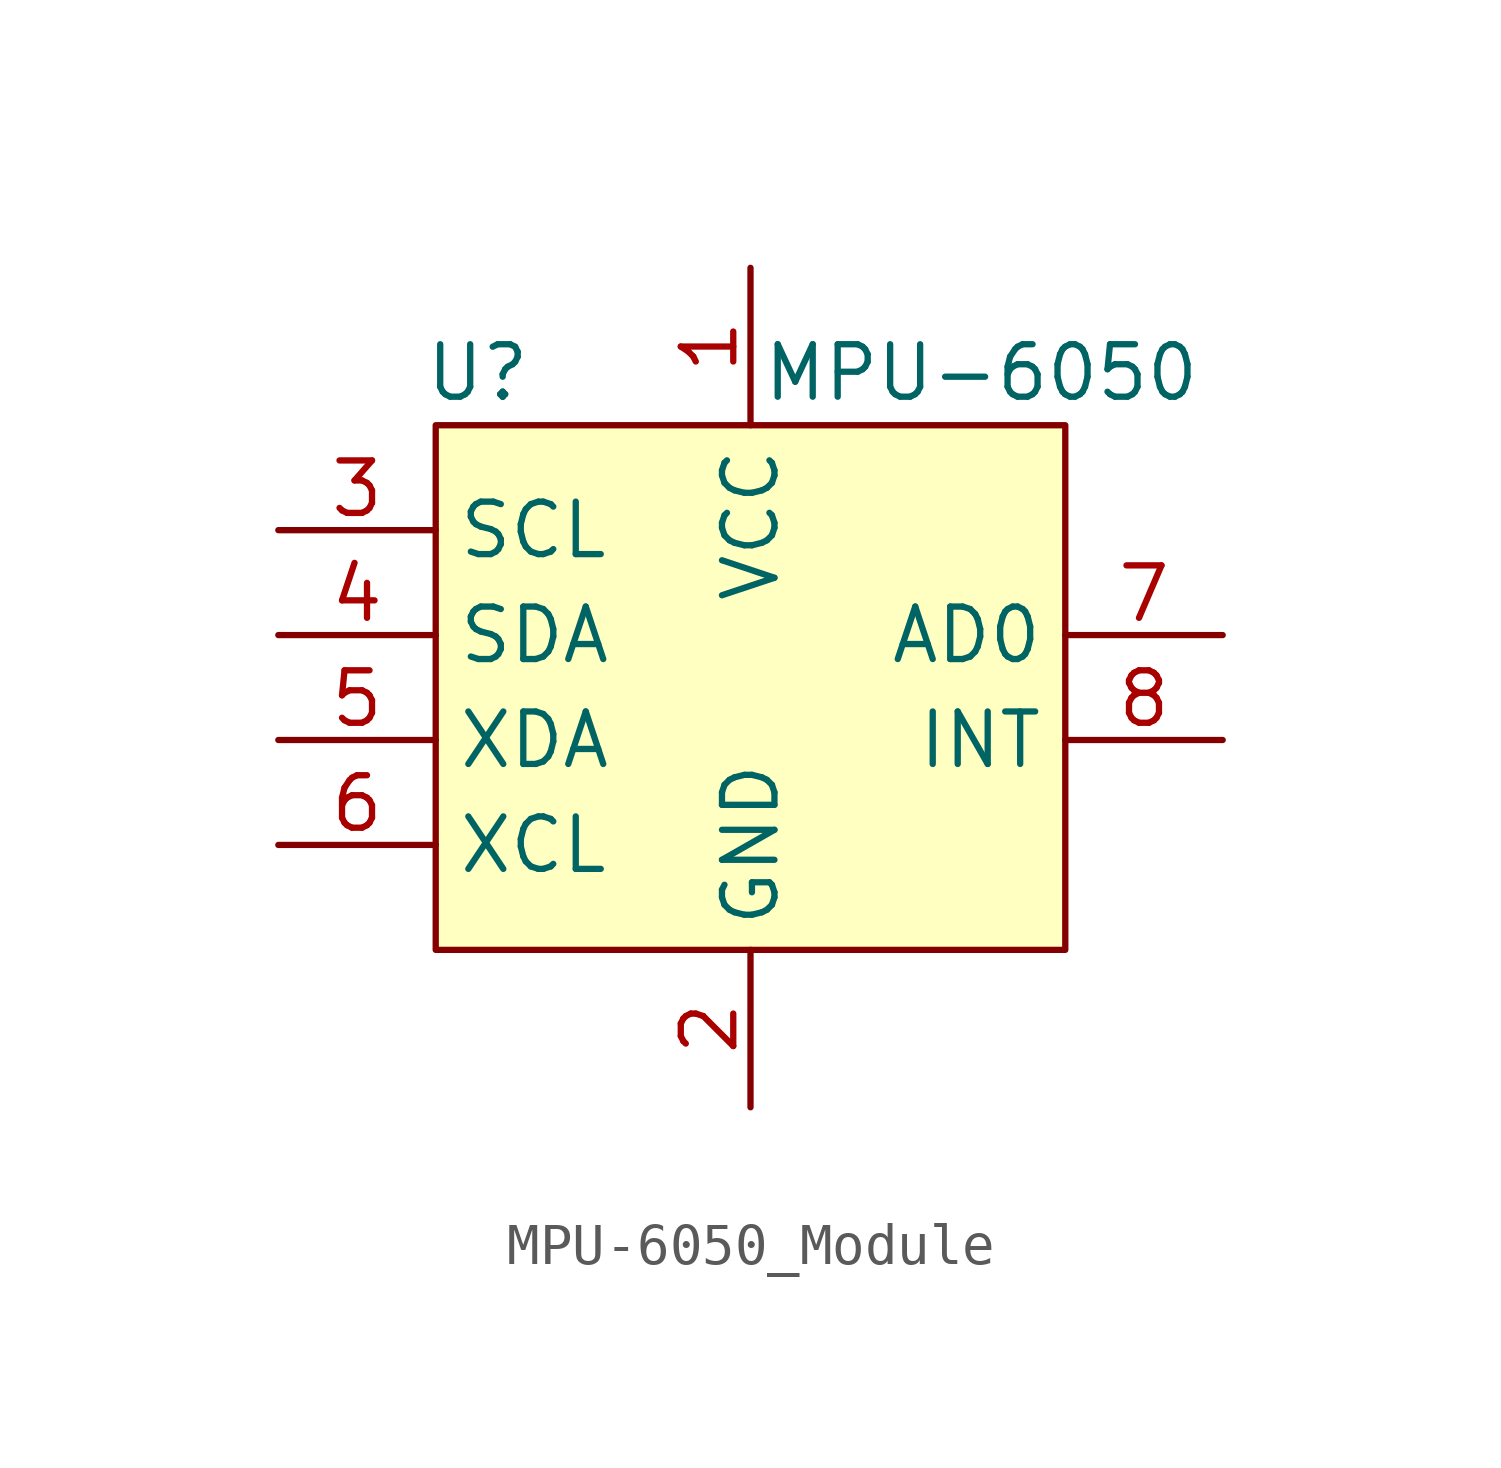
<source format=kicad_sym>
(kicad_symbol_lib
  (version 20241209)
  (generator "kicad_symbol_editor")
  (generator_version "9.0")
  (symbol "MPU-6050_Module"
    (property "Reference" "U"
      (at -6.604 7.62 0)
      (effects (font (size 1.27 1.27))))
    (property "Value" "MPU-6050"
      (at 5.588 7.62 0)
      (effects (font (size 1.27 1.27))))
    (symbol "MPU-6050_Module_0_1"
      (rectangle (start -7.62 6.35) (end 7.62 -6.35) (stroke (width 0) (type default)) (fill (type background))))
    (symbol "MPU-6050_Module_1_1"
      (pin bidirectional line (at -11.43 3.81 0) (length 3.81) (name "SCL" (effects (font (size 1.27 1.27)))) (number "3" (effects (font (size 1.27 1.27)))))
      (pin bidirectional line (at -11.43 1.27 0) (length 3.81) (name "SDA" (effects (font (size 1.27 1.27)))) (number "4" (effects (font (size 1.27 1.27)))))
      (pin bidirectional line (at -11.43 -1.27 0) (length 3.81) (name "XDA" (effects (font (size 1.27 1.27)))) (number "5" (effects (font (size 1.27 1.27)))))
      (pin bidirectional line (at -11.43 -3.81 0) (length 3.81) (name "XCL" (effects (font (size 1.27 1.27)))) (number "6" (effects (font (size 1.27 1.27)))))
      (pin power_in line (at 0 10.16 270) (length 3.81) (name "VCC" (effects (font (size 1.27 1.27)))) (number "1" (effects (font (size 1.27 1.27)))))
      (pin power_in line (at 0 -10.16 90) (length 3.81) (name "GND" (effects (font (size 1.27 1.27)))) (number "2" (effects (font (size 1.27 1.27)))))
      (pin input line (at 11.43 1.27 180) (length 3.81) (name "AD0" (effects (font (size 1.27 1.27)))) (number "7" (effects (font (size 1.27 1.27)))))
      (pin output line (at 11.43 -1.27 180) (length 3.81) (name "INT" (effects (font (size 1.27 1.27)))) (number "8" (effects (font (size 1.27 1.27))))))))
</source>
